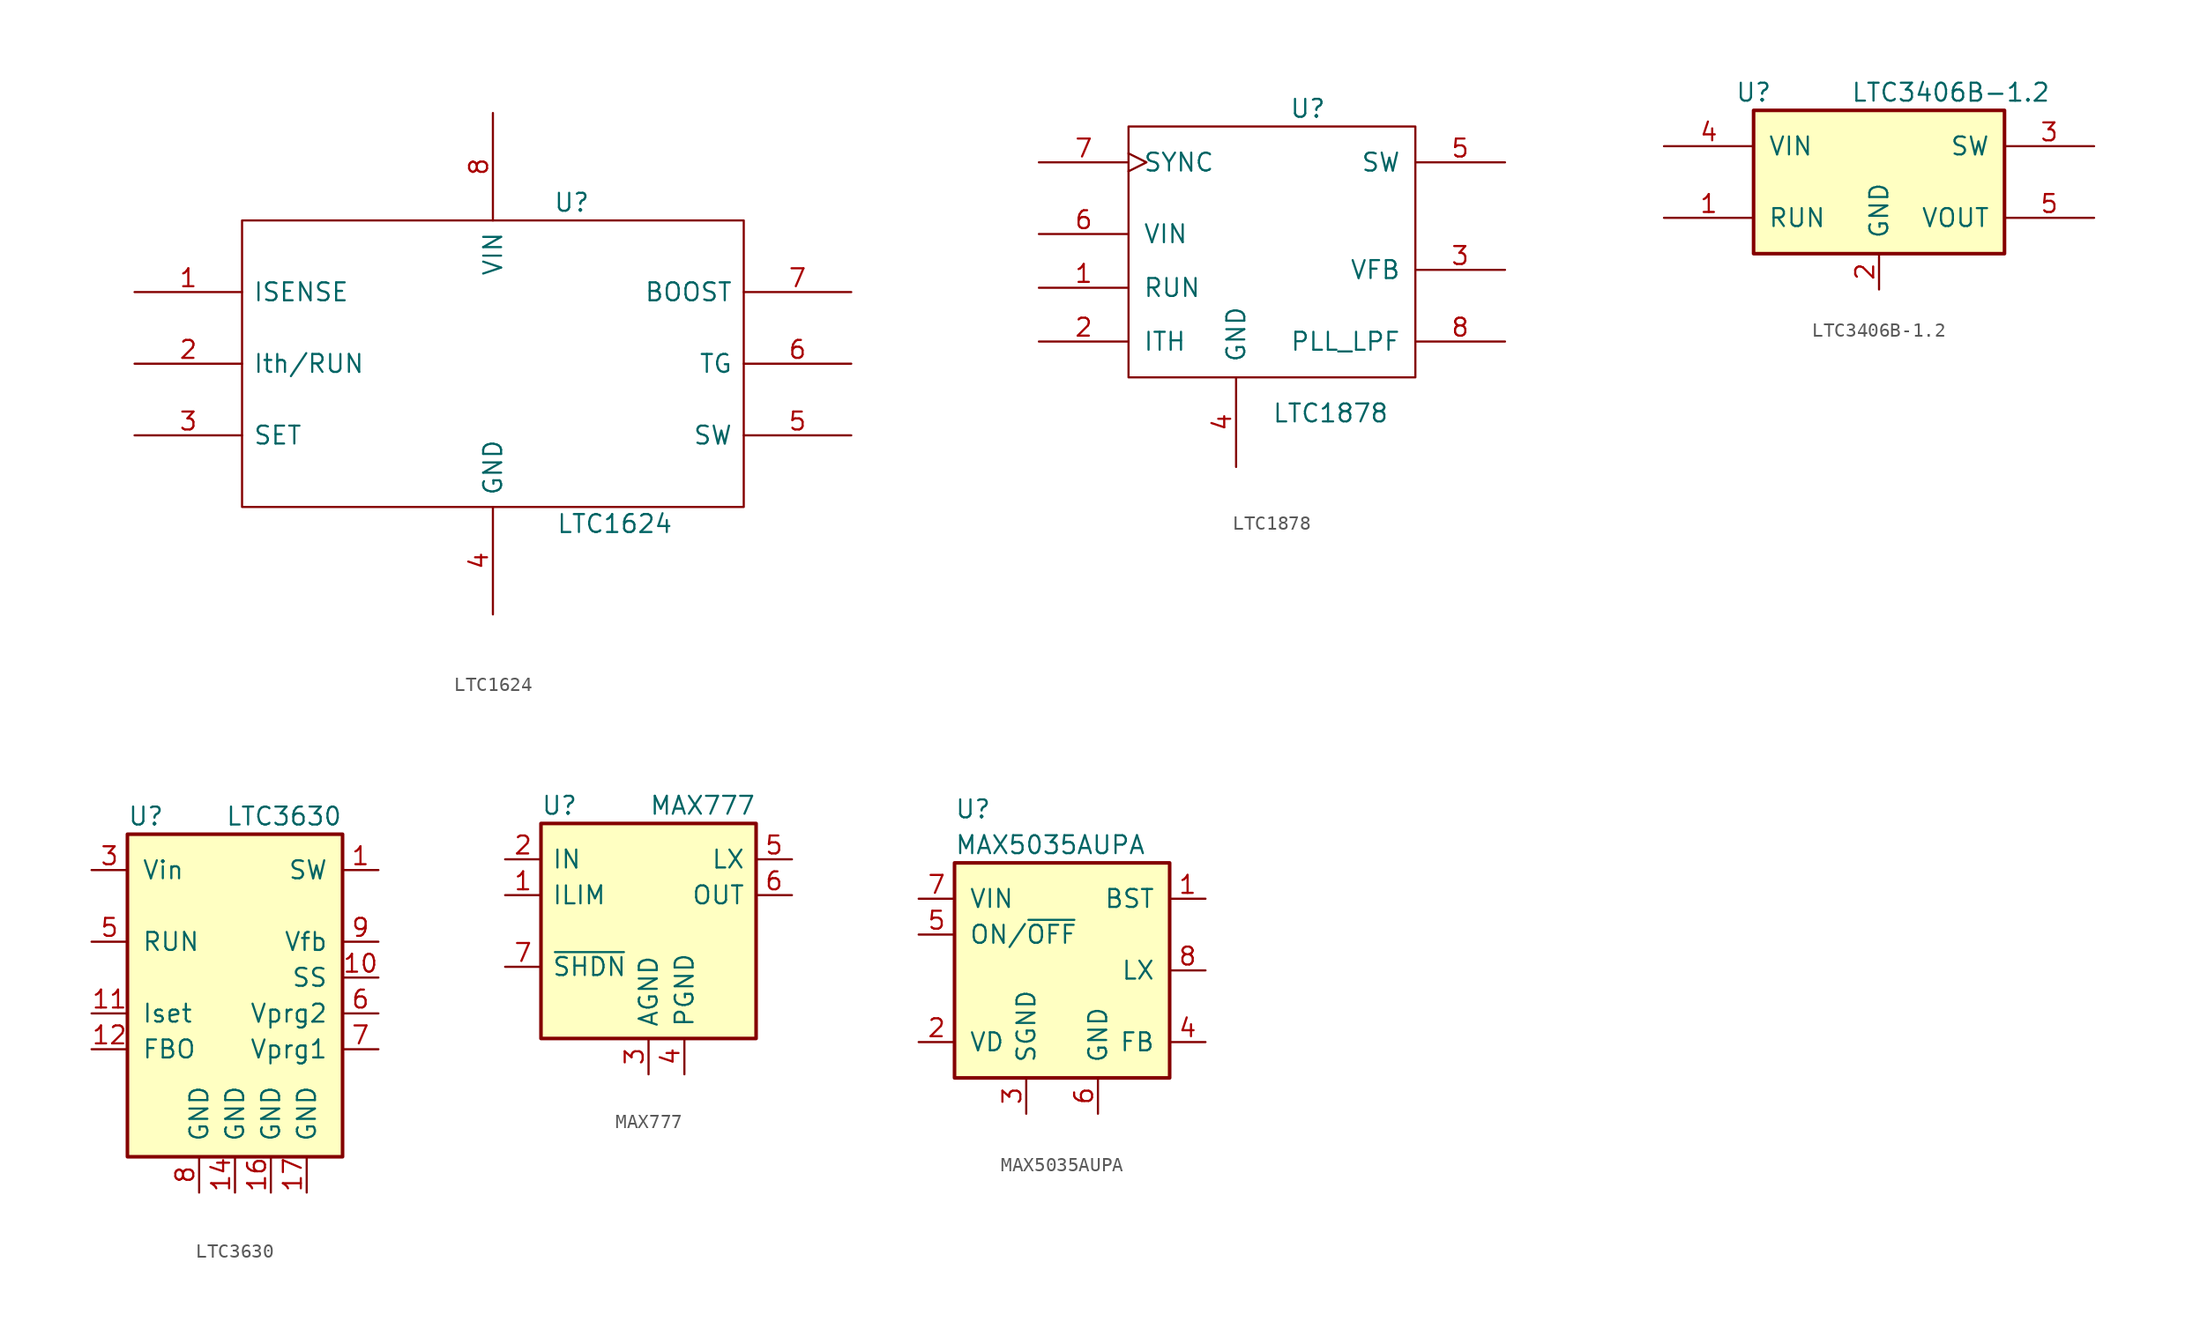
<source format=kicad_sym>
(kicad_symbol_lib
  (version 20211014)
  (generator kicad_symbol_editor)
  (symbol "LTC1624"
    (pin_names
      (offset 0.762))
    (property "Reference" "U"
      (at 5.588 11.43 0)
      (effects (font (size 1.27 1.27))))
    (property "Value" "LTC1624"
      (at 8.636 -11.354 0)
      (effects (font (size 1.27 1.27))))
    (symbol "LTC1624_0_1"
      (rectangle (start -17.78 -10.16) (end 17.78 10.16) (stroke (width 0) (type default) (color 0 0 0 0)) (fill (type none))))
    (symbol "LTC1624_1_1"
      (pin input line (at -25.4 5.08 0) (length 7.62) (name "ISENSE" (effects (font (size 1.27 1.27)))) (number "1" (effects (font (size 1.27 1.27)))))
      (pin input line (at -25.4 0 0) (length 7.62) (name "Ith/RUN" (effects (font (size 1.27 1.27)))) (number "2" (effects (font (size 1.27 1.27)))))
      (pin input line (at -25.4 -5.08 0) (length 7.62) (name "SET" (effects (font (size 1.27 1.27)))) (number "3" (effects (font (size 1.27 1.27)))))
      (pin power_in line (at 0 -17.78 90) (length 7.62) (name "GND" (effects (font (size 1.27 1.27)))) (number "4" (effects (font (size 1.27 1.27)))))
      (pin input line (at 25.4 -5.08 180) (length 7.62) (name "SW" (effects (font (size 1.27 1.27)))) (number "5" (effects (font (size 1.27 1.27)))))
      (pin open_collector line (at 25.4 0 180) (length 7.62) (name "TG" (effects (font (size 1.27 1.27)))) (number "6" (effects (font (size 1.27 1.27)))))
      (pin output line (at 25.4 5.08 180) (length 7.62) (name "BOOST" (effects (font (size 1.27 1.27)))) (number "7" (effects (font (size 1.27 1.27)))))
      (pin input line (at 0 17.78 270) (length 7.62) (name "VIN" (effects (font (size 1.27 1.27)))) (number "8" (effects (font (size 1.27 1.27)))))))
  (symbol "LTC1878"
    (pin_names
      (offset 1.016))
    (property "Reference" "U"
      (at 2.54 10.16 0)
      (effects (font (size 1.27 1.27))))
    (property "Value" "LTC1878"
      (at 0 -11.43 0)
      (effects (font (size 1.27 1.27)) (justify left)))
    (symbol "LTC1878_0_1"
      (rectangle (start -10.16 8.89) (end 10.16 -8.89) (stroke (width 0) (type default) (color 0 0 0 0)) (fill (type none))))
    (symbol "LTC1878_1_1"
      (pin input line (at -16.51 -2.54 0) (length 6.35) (name "RUN" (effects (font (size 1.27 1.27)))) (number "1" (effects (font (size 1.27 1.27)))))
      (pin input line (at -16.51 -6.35 0) (length 6.35) (name "ITH" (effects (font (size 1.27 1.27)))) (number "2" (effects (font (size 1.27 1.27)))))
      (pin input line (at 16.51 -1.27 180) (length 6.35) (name "VFB" (effects (font (size 1.27 1.27)))) (number "3" (effects (font (size 1.27 1.27)))))
      (pin power_in line (at -2.54 -15.24 90) (length 6.35) (name "GND" (effects (font (size 1.27 1.27)))) (number "4" (effects (font (size 1.27 1.27)))))
      (pin output line (at 16.51 6.35 180) (length 6.35) (name "SW" (effects (font (size 1.27 1.27)))) (number "5" (effects (font (size 1.27 1.27)))))
      (pin input line (at -16.51 1.27 0) (length 6.35) (name "VIN" (effects (font (size 1.27 1.27)))) (number "6" (effects (font (size 1.27 1.27)))))
      (pin input clock (at -16.51 6.35 0) (length 6.35) (name "SYNC" (effects (font (size 1.27 1.27)))) (number "7" (effects (font (size 1.27 1.27)))))
      (pin bidirectional line (at 16.51 -6.35 180) (length 6.35) (name "PLL_LPF" (effects (font (size 1.27 1.27)))) (number "8" (effects (font (size 1.27 1.27)))))))
  (symbol "LTC3406B-1.2"
    (pin_names
      (offset 1.016))
    (property "Reference" "U"
      (at -8.89 6.35 0)
      (effects (font (size 1.27 1.27))))
    (property "Value" "LTC3406B-1.2"
      (at 5.08 6.35 0)
      (effects (font (size 1.27 1.27))))
    (symbol "LTC3406B-1.2_0_1"
      (rectangle (start -8.89 5.08) (end 8.89 -5.08) (stroke (width 0.254) (type default) (color 0 0 0 0)) (fill (type background))))
    (symbol "LTC3406B-1.2_1_1"
      (pin input line (at -15.24 -2.54 0) (length 6.35) (name "RUN" (effects (font (size 1.27 1.27)))) (number "1" (effects (font (size 1.27 1.27)))))
      (pin power_in line (at 0 -7.62 90) (length 2.54) (name "GND" (effects (font (size 1.27 1.27)))) (number "2" (effects (font (size 1.27 1.27)))))
      (pin output line (at 15.24 2.54 180) (length 6.35) (name "SW" (effects (font (size 1.27 1.27)))) (number "3" (effects (font (size 1.27 1.27)))))
      (pin power_in line (at -15.24 2.54 0) (length 6.35) (name "VIN" (effects (font (size 1.27 1.27)))) (number "4" (effects (font (size 1.27 1.27)))))
      (pin power_out line (at 15.24 -2.54 180) (length 6.35) (name "VOUT" (effects (font (size 1.27 1.27)))) (number "5" (effects (font (size 1.27 1.27)))))))
  (symbol "LTC3630"
    (pin_names
      (offset 1.016))
    (property "Reference" "U"
      (at -7.62 11.43 0)
      (effects (font (size 1.27 1.27)) (justify left)))
    (property "Value" "LTC3630"
      (at 7.62 11.43 0)
      (effects (font (size 1.27 1.27)) (justify right)))
    (symbol "LTC3630_0_1"
      (rectangle (start -7.62 10.16) (end 7.62 -12.7) (stroke (width 0.254) (type default) (color 0 0 0 0)) (fill (type background))))
    (symbol "LTC3630_1_1"
      (pin power_out line (at 10.16 7.62 180) (length 2.54) (name "SW" (effects (font (size 1.27 1.27)))) (number "1" (effects (font (size 1.27 1.27)))))
      (pin input line (at 10.16 0 180) (length 2.54) (name "SS" (effects (font (size 1.27 1.27)))) (number "10" (effects (font (size 1.27 1.27)))))
      (pin input line (at -10.16 -2.54 0) (length 2.54) (name "Iset" (effects (font (size 1.27 1.27)))) (number "11" (effects (font (size 1.27 1.27)))))
      (pin input line (at -10.16 -5.08 0) (length 2.54) (name "FBO" (effects (font (size 1.27 1.27)))) (number "12" (effects (font (size 1.27 1.27)))))
      (pin no_connect line (at -10.16 -10.16 0) (length 2.54) hide (name "NC" (effects (font (size 1.27 1.27)))) (number "13" (effects (font (size 1.27 1.27)))))
      (pin power_in line (at 0 -15.24 90) (length 2.54) (name "GND" (effects (font (size 1.27 1.27)))) (number "14" (effects (font (size 1.27 1.27)))))
      (pin no_connect line (at -10.16 0 0) (length 2.54) hide (name "NC" (effects (font (size 1.27 1.27)))) (number "15" (effects (font (size 1.27 1.27)))))
      (pin power_in line (at 2.54 -15.24 90) (length 2.54) (name "GND" (effects (font (size 1.27 1.27)))) (number "16" (effects (font (size 1.27 1.27)))))
      (pin power_in line (at 5.08 -15.24 90) (length 2.54) (name "GND" (effects (font (size 1.27 1.27)))) (number "17" (effects (font (size 1.27 1.27)))))
      (pin no_connect line (at -10.16 -7.62 0) (length 2.54) hide (name "NC" (effects (font (size 1.27 1.27)))) (number "2" (effects (font (size 1.27 1.27)))))
      (pin power_in line (at -10.16 7.62 0) (length 2.54) (name "Vin" (effects (font (size 1.27 1.27)))) (number "3" (effects (font (size 1.27 1.27)))))
      (pin no_connect line (at -10.16 5.08 0) (length 2.54) hide (name "NC" (effects (font (size 1.27 1.27)))) (number "4" (effects (font (size 1.27 1.27)))))
      (pin input line (at -10.16 2.54 0) (length 2.54) (name "RUN" (effects (font (size 1.27 1.27)))) (number "5" (effects (font (size 1.27 1.27)))))
      (pin bidirectional line (at 10.16 -2.54 180) (length 2.54) (name "Vprg2" (effects (font (size 1.27 1.27)))) (number "6" (effects (font (size 1.27 1.27)))))
      (pin bidirectional line (at 10.16 -5.08 180) (length 2.54) (name "Vprg1" (effects (font (size 1.27 1.27)))) (number "7" (effects (font (size 1.27 1.27)))))
      (pin power_in line (at -2.54 -15.24 90) (length 2.54) (name "GND" (effects (font (size 1.27 1.27)))) (number "8" (effects (font (size 1.27 1.27)))))
      (pin input line (at 10.16 2.54 180) (length 2.54) (name "Vfb" (effects (font (size 1.27 1.27)))) (number "9" (effects (font (size 1.27 1.27)))))))
  (symbol "MAX777"
    (pin_names
      (offset 0.762))
    (property "Reference" "U"
      (at -7.62 8.89 0)
      (effects (font (size 1.27 1.27)) (justify left)))
    (property "Value" "MAX777"
      (at 7.62 8.89 0)
      (effects (font (size 1.27 1.27)) (justify right)))
    (symbol "MAX777_0_1"
      (rectangle (start -7.62 7.62) (end 7.62 -7.62) (stroke (width 0.254) (type default) (color 0 0 0 0)) (fill (type background))))
    (symbol "MAX777_1_1"
      (pin input line (at -10.16 2.54 0) (length 2.54) (name "ILIM" (effects (font (size 1.27 1.27)))) (number "1" (effects (font (size 1.27 1.27)))))
      (pin power_in line (at -10.16 5.08 0) (length 2.54) (name "IN" (effects (font (size 1.27 1.27)))) (number "2" (effects (font (size 1.27 1.27)))))
      (pin power_in line (at 0 -10.16 90) (length 2.54) (name "AGND" (effects (font (size 1.27 1.27)))) (number "3" (effects (font (size 1.27 1.27)))))
      (pin power_in line (at 2.54 -10.16 90) (length 2.54) (name "PGND" (effects (font (size 1.27 1.27)))) (number "4" (effects (font (size 1.27 1.27)))))
      (pin passive line (at 10.16 5.08 180) (length 2.54) (name "LX" (effects (font (size 1.27 1.27)))) (number "5" (effects (font (size 1.27 1.27)))))
      (pin power_out line (at 10.16 2.54 180) (length 2.54) (name "OUT" (effects (font (size 1.27 1.27)))) (number "6" (effects (font (size 1.27 1.27)))))
      (pin input line (at -10.16 -2.54 0) (length 2.54) (name "~{SHDN}" (effects (font (size 1.27 1.27)))) (number "7" (effects (font (size 1.27 1.27)))))))
  (symbol "MAX5035AUPA"
    (pin_names
      (offset 1.016))
    (property "Reference" "U"
      (at -7.62 11.43 0)
      (effects (font (size 1.27 1.27)) (justify left)))
    (property "Value" "MAX5035AUPA"
      (at -7.62 8.89 0)
      (effects (font (size 1.27 1.27)) (justify left)))
    (symbol "MAX5035AUPA_0_1"
      (rectangle (start -7.62 7.62) (end 7.62 -7.62) (stroke (width 0.254) (type default) (color 0 0 0 0)) (fill (type background))))
    (symbol "MAX5035AUPA_1_1"
      (pin passive line (at 10.16 5.08 180) (length 2.54) (name "BST" (effects (font (size 1.27 1.27)))) (number "1" (effects (font (size 1.27 1.27)))))
      (pin passive line (at -10.16 -5.08 0) (length 2.54) (name "VD" (effects (font (size 1.27 1.27)))) (number "2" (effects (font (size 1.27 1.27)))))
      (pin power_in line (at -2.54 -10.16 90) (length 2.54) (name "SGND" (effects (font (size 1.27 1.27)))) (number "3" (effects (font (size 1.27 1.27)))))
      (pin input line (at 10.16 -5.08 180) (length 2.54) (name "FB" (effects (font (size 1.27 1.27)))) (number "4" (effects (font (size 1.27 1.27)))))
      (pin input line (at -10.16 2.54 0) (length 2.54) (name "ON/~{OFF}" (effects (font (size 1.27 1.27)))) (number "5" (effects (font (size 1.27 1.27)))))
      (pin power_in line (at 2.54 -10.16 90) (length 2.54) (name "GND" (effects (font (size 1.27 1.27)))) (number "6" (effects (font (size 1.27 1.27)))))
      (pin power_in line (at -10.16 5.08 0) (length 2.54) (name "VIN" (effects (font (size 1.27 1.27)))) (number "7" (effects (font (size 1.27 1.27)))))
      (pin power_in line (at 10.16 0 180) (length 2.54) (name "LX" (effects (font (size 1.27 1.27)))) (number "8" (effects (font (size 1.27 1.27))))))))
</source>
